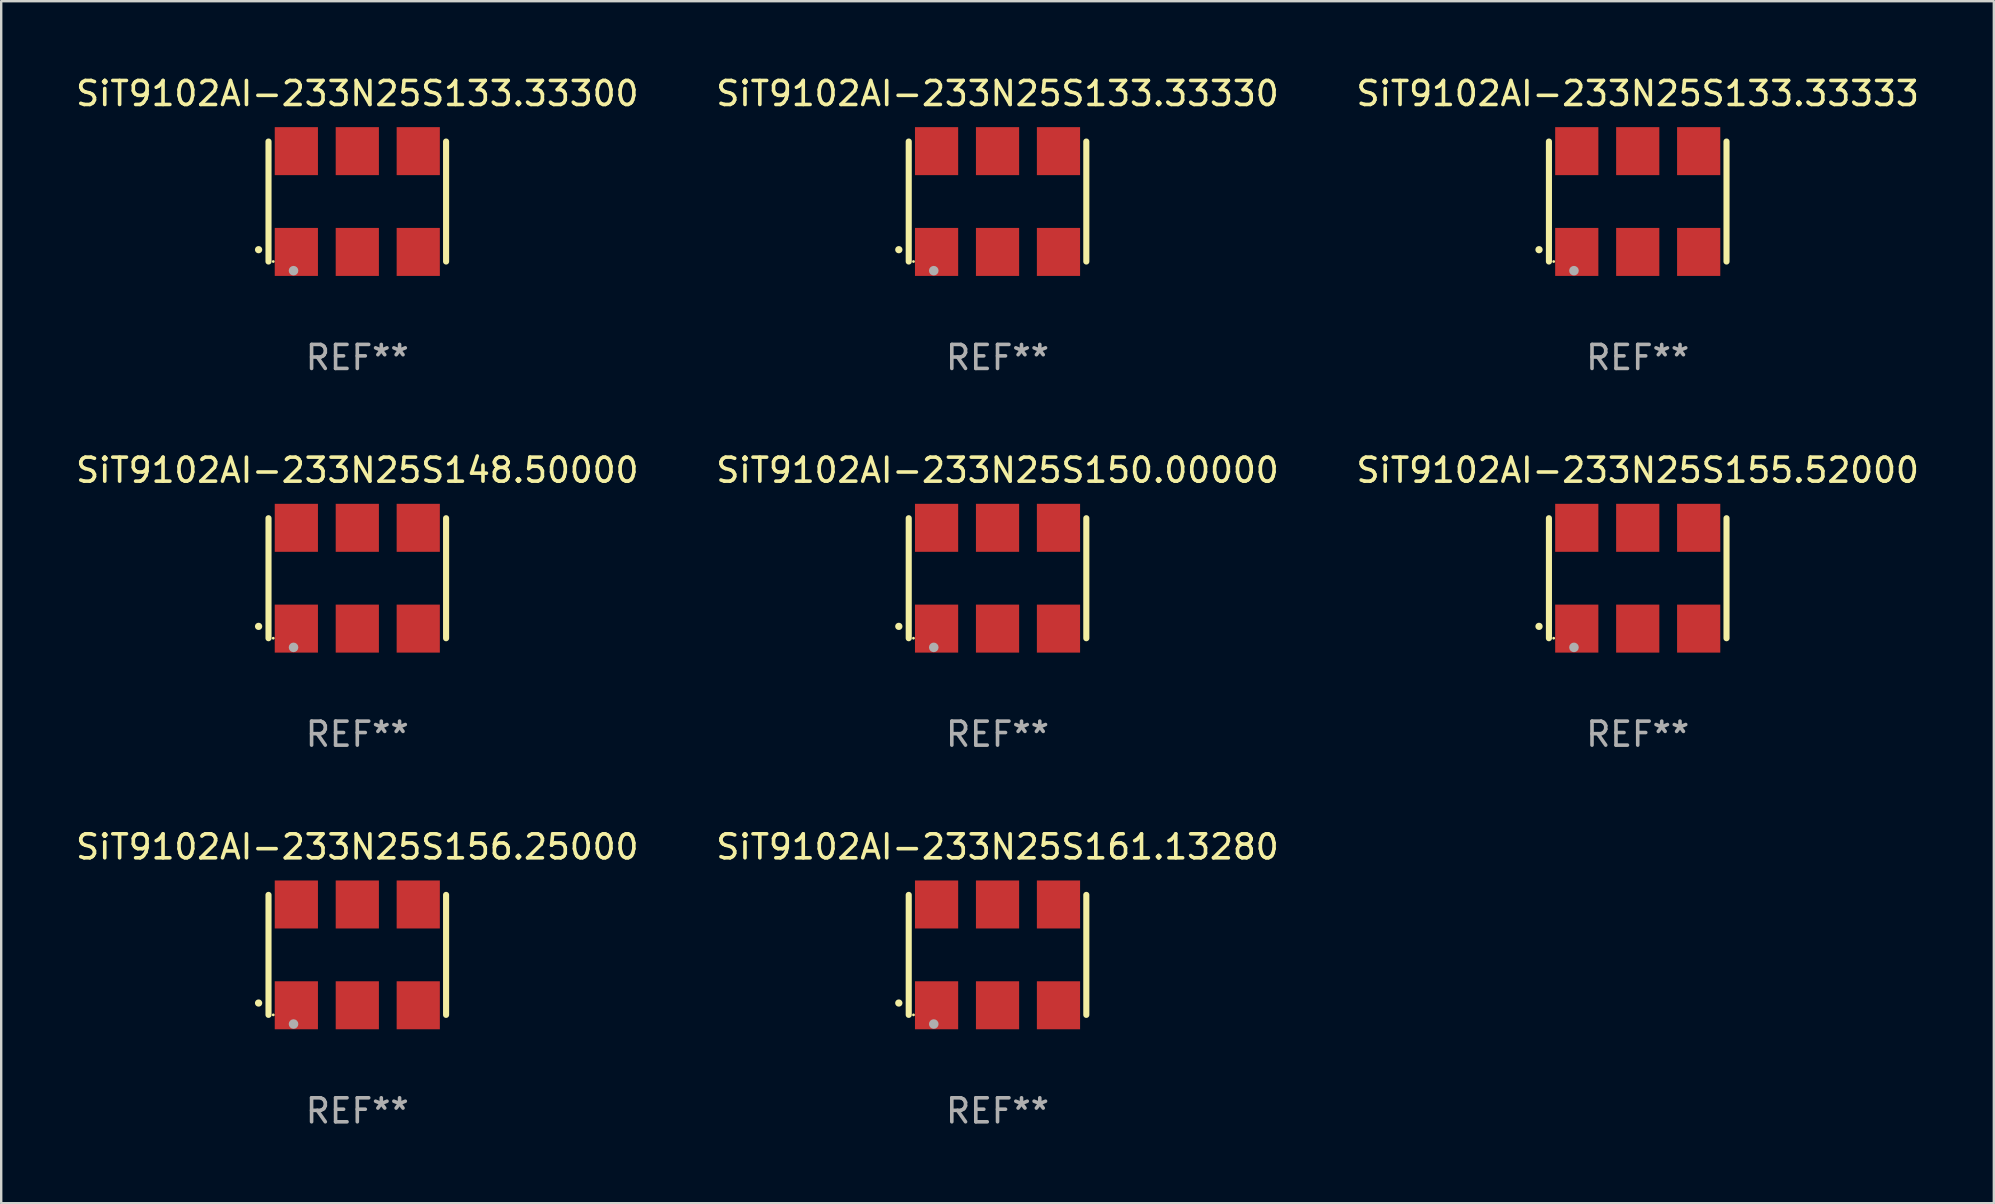
<source format=kicad_pcb>
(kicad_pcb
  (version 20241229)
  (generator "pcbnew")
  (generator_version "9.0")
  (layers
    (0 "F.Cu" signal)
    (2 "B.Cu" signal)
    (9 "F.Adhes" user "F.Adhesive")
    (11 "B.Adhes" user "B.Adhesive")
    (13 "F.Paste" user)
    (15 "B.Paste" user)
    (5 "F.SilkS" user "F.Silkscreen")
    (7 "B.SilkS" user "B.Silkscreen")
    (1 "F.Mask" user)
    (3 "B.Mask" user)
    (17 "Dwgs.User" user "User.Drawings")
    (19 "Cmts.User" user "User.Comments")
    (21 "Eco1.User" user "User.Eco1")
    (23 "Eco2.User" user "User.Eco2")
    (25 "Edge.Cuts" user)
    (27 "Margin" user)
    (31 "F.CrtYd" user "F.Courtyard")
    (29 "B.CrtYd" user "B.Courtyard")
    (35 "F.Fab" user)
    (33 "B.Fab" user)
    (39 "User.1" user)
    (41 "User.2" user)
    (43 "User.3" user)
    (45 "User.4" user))
  (footprint "SiT9102AI-233N25S161.13280"
    (layer "F.Cu")
    (at 38.518 36.741)
    (property "Reference" "SiT9102AI-233N25S161.13280" (at 0 -4.5 0) (layer "F.SilkS") (effects (font (size 1 1) (thickness 0.15))))
    (attr through_hole)
    (fp_line (start -3.7 -2.5) (end -3.7 2.5) (stroke (width 0.254) (type solid)) (layer "F.SilkS"))
    (fp_line (start 3.7 -2.5) (end 3.7 2.5) (stroke (width 0.254) (type solid)) (layer "F.SilkS"))
    (fp_arc (start -4.114415 2.006604) (mid -4.113145 2.006599) (end -4.111875 2.006604) (stroke (width 0.3) (type solid)) (layer "F.SilkS"))
    (fp_circle (center -3.502 2.5) (end -3.472 2.5) (stroke (width 0.06) (type solid)) (fill no) (layer "F.SilkS"))
    (fp_circle (center -2.657 2.882) (end -2.557 2.882) (stroke (width 0.2) (type solid)) (fill no) (layer "F.Fab"))
    (fp_text user "REF**" (at 0 6.5 0) (layer "F.Fab") (effects (font (size 1 1) (thickness 0.15))))
    (pad "1" smd rect (at -2.54 2.1) (size 1.8 2) (layers "F.Cu" "F.Mask" "F.Paste"))
    (pad "2" smd rect (at 0.000394 2.1) (size 1.8 2) (layers "F.Cu" "F.Mask" "F.Paste"))
    (pad "3" smd rect (at 2.54 2.1) (size 1.8 2) (layers "F.Cu" "F.Mask" "F.Paste"))
    (pad "4" smd rect (at 2.54 -2.1) (size 1.8 2) (layers "F.Cu" "F.Mask" "F.Paste"))
    (pad "5" smd rect (at 0.000394 -2.1) (size 1.8 2) (layers "F.Cu" "F.Mask" "F.Paste"))
    (pad "6" smd rect (at -2.54 -2.1) (size 1.8 2) (layers "F.Cu" "F.Mask" "F.Paste")))
  (footprint "SiT9102AI-233N25S156.25000"
    (layer "F.Cu")
    (at 11.839 36.741)
    (property "Reference" "SiT9102AI-233N25S156.25000" (at 0 -4.5 0) (layer "F.SilkS") (effects (font (size 1 1) (thickness 0.15))))
    (attr through_hole)
    (fp_line (start -3.7 -2.5) (end -3.7 2.5) (stroke (width 0.254) (type solid)) (layer "F.SilkS"))
    (fp_line (start 3.7 -2.5) (end 3.7 2.5) (stroke (width 0.254) (type solid)) (layer "F.SilkS"))
    (fp_arc (start -4.114415 2.006604) (mid -4.113145 2.006599) (end -4.111875 2.006604) (stroke (width 0.3) (type solid)) (layer "F.SilkS"))
    (fp_circle (center -3.502 2.5) (end -3.472 2.5) (stroke (width 0.06) (type solid)) (fill no) (layer "F.SilkS"))
    (fp_circle (center -2.657 2.882) (end -2.557 2.882) (stroke (width 0.2) (type solid)) (fill no) (layer "F.Fab"))
    (fp_text user "REF**" (at 0 6.5 0) (layer "F.Fab") (effects (font (size 1 1) (thickness 0.15))))
    (pad "1" smd rect (at -2.54 2.1) (size 1.8 2) (layers "F.Cu" "F.Mask" "F.Paste"))
    (pad "2" smd rect (at 0.000394 2.1) (size 1.8 2) (layers "F.Cu" "F.Mask" "F.Paste"))
    (pad "3" smd rect (at 2.54 2.1) (size 1.8 2) (layers "F.Cu" "F.Mask" "F.Paste"))
    (pad "4" smd rect (at 2.54 -2.1) (size 1.8 2) (layers "F.Cu" "F.Mask" "F.Paste"))
    (pad "5" smd rect (at 0.000394 -2.1) (size 1.8 2) (layers "F.Cu" "F.Mask" "F.Paste"))
    (pad "6" smd rect (at -2.54 -2.1) (size 1.8 2) (layers "F.Cu" "F.Mask" "F.Paste")))
  (footprint "SiT9102AI-233N25S133.33300"
    (layer "F.Cu")
    (at 11.839 5.348)
    (property "Reference" "SiT9102AI-233N25S133.33300" (at 0 -4.5 0) (layer "F.SilkS") (effects (font (size 1 1) (thickness 0.15))))
    (attr through_hole)
    (fp_line (start -3.7 -2.5) (end -3.7 2.5) (stroke (width 0.254) (type solid)) (layer "F.SilkS"))
    (fp_line (start 3.7 -2.5) (end 3.7 2.5) (stroke (width 0.254) (type solid)) (layer "F.SilkS"))
    (fp_arc (start -4.114415 2.006604) (mid -4.113145 2.006599) (end -4.111875 2.006604) (stroke (width 0.3) (type solid)) (layer "F.SilkS"))
    (fp_circle (center -3.502 2.5) (end -3.472 2.5) (stroke (width 0.06) (type solid)) (fill no) (layer "F.SilkS"))
    (fp_circle (center -2.657 2.882) (end -2.557 2.882) (stroke (width 0.2) (type solid)) (fill no) (layer "F.Fab"))
    (fp_text user "REF**" (at 0 6.5 0) (layer "F.Fab") (effects (font (size 1 1) (thickness 0.15))))
    (pad "1" smd rect (at -2.54 2.1) (size 1.8 2) (layers "F.Cu" "F.Mask" "F.Paste"))
    (pad "2" smd rect (at 0.000394 2.1) (size 1.8 2) (layers "F.Cu" "F.Mask" "F.Paste"))
    (pad "3" smd rect (at 2.54 2.1) (size 1.8 2) (layers "F.Cu" "F.Mask" "F.Paste"))
    (pad "4" smd rect (at 2.54 -2.1) (size 1.8 2) (layers "F.Cu" "F.Mask" "F.Paste"))
    (pad "5" smd rect (at 0.000394 -2.1) (size 1.8 2) (layers "F.Cu" "F.Mask" "F.Paste"))
    (pad "6" smd rect (at -2.54 -2.1) (size 1.8 2) (layers "F.Cu" "F.Mask" "F.Paste")))
  (footprint "SiT9102AI-233N25S133.33330"
    (layer "F.Cu")
    (at 38.518 5.348)
    (property "Reference" "SiT9102AI-233N25S133.33330" (at 0 -4.5 0) (layer "F.SilkS") (effects (font (size 1 1) (thickness 0.15))))
    (attr through_hole)
    (fp_line (start -3.7 -2.5) (end -3.7 2.5) (stroke (width 0.254) (type solid)) (layer "F.SilkS"))
    (fp_line (start 3.7 -2.5) (end 3.7 2.5) (stroke (width 0.254) (type solid)) (layer "F.SilkS"))
    (fp_arc (start -4.114415 2.006604) (mid -4.113145 2.006599) (end -4.111875 2.006604) (stroke (width 0.3) (type solid)) (layer "F.SilkS"))
    (fp_circle (center -3.502 2.5) (end -3.472 2.5) (stroke (width 0.06) (type solid)) (fill no) (layer "F.SilkS"))
    (fp_circle (center -2.657 2.882) (end -2.557 2.882) (stroke (width 0.2) (type solid)) (fill no) (layer "F.Fab"))
    (fp_text user "REF**" (at 0 6.5 0) (layer "F.Fab") (effects (font (size 1 1) (thickness 0.15))))
    (pad "1" smd rect (at -2.54 2.1) (size 1.8 2) (layers "F.Cu" "F.Mask" "F.Paste"))
    (pad "2" smd rect (at 0.000394 2.1) (size 1.8 2) (layers "F.Cu" "F.Mask" "F.Paste"))
    (pad "3" smd rect (at 2.54 2.1) (size 1.8 2) (layers "F.Cu" "F.Mask" "F.Paste"))
    (pad "4" smd rect (at 2.54 -2.1) (size 1.8 2) (layers "F.Cu" "F.Mask" "F.Paste"))
    (pad "5" smd rect (at 0.000394 -2.1) (size 1.8 2) (layers "F.Cu" "F.Mask" "F.Paste"))
    (pad "6" smd rect (at -2.54 -2.1) (size 1.8 2) (layers "F.Cu" "F.Mask" "F.Paste")))
  (footprint "SiT9102AI-233N25S150.00000"
    (layer "F.Cu")
    (at 38.518 21.045)
    (property "Reference" "SiT9102AI-233N25S150.00000" (at 0 -4.5 0) (layer "F.SilkS") (effects (font (size 1 1) (thickness 0.15))))
    (attr through_hole)
    (fp_line (start -3.7 -2.5) (end -3.7 2.5) (stroke (width 0.254) (type solid)) (layer "F.SilkS"))
    (fp_line (start 3.7 -2.5) (end 3.7 2.5) (stroke (width 0.254) (type solid)) (layer "F.SilkS"))
    (fp_arc (start -4.114415 2.006604) (mid -4.113145 2.006599) (end -4.111875 2.006604) (stroke (width 0.3) (type solid)) (layer "F.SilkS"))
    (fp_circle (center -3.502 2.5) (end -3.472 2.5) (stroke (width 0.06) (type solid)) (fill no) (layer "F.SilkS"))
    (fp_circle (center -2.657 2.882) (end -2.557 2.882) (stroke (width 0.2) (type solid)) (fill no) (layer "F.Fab"))
    (fp_text user "REF**" (at 0 6.5 0) (layer "F.Fab") (effects (font (size 1 1) (thickness 0.15))))
    (pad "1" smd rect (at -2.54 2.1) (size 1.8 2) (layers "F.Cu" "F.Mask" "F.Paste"))
    (pad "2" smd rect (at 0.000394 2.1) (size 1.8 2) (layers "F.Cu" "F.Mask" "F.Paste"))
    (pad "3" smd rect (at 2.54 2.1) (size 1.8 2) (layers "F.Cu" "F.Mask" "F.Paste"))
    (pad "4" smd rect (at 2.54 -2.1) (size 1.8 2) (layers "F.Cu" "F.Mask" "F.Paste"))
    (pad "5" smd rect (at 0.000394 -2.1) (size 1.8 2) (layers "F.Cu" "F.Mask" "F.Paste"))
    (pad "6" smd rect (at -2.54 -2.1) (size 1.8 2) (layers "F.Cu" "F.Mask" "F.Paste")))
  (footprint "SiT9102AI-233N25S155.52000"
    (layer "F.Cu")
    (at 65.196 21.045)
    (property "Reference" "SiT9102AI-233N25S155.52000" (at 0 -4.5 0) (layer "F.SilkS") (effects (font (size 1 1) (thickness 0.15))))
    (attr through_hole)
    (fp_line (start -3.7 -2.5) (end -3.7 2.5) (stroke (width 0.254) (type solid)) (layer "F.SilkS"))
    (fp_line (start 3.7 -2.5) (end 3.7 2.5) (stroke (width 0.254) (type solid)) (layer "F.SilkS"))
    (fp_arc (start -4.114415 2.006604) (mid -4.113145 2.006599) (end -4.111875 2.006604) (stroke (width 0.3) (type solid)) (layer "F.SilkS"))
    (fp_circle (center -3.502 2.5) (end -3.472 2.5) (stroke (width 0.06) (type solid)) (fill no) (layer "F.SilkS"))
    (fp_circle (center -2.657 2.882) (end -2.557 2.882) (stroke (width 0.2) (type solid)) (fill no) (layer "F.Fab"))
    (fp_text user "REF**" (at 0 6.5 0) (layer "F.Fab") (effects (font (size 1 1) (thickness 0.15))))
    (pad "1" smd rect (at -2.54 2.1) (size 1.8 2) (layers "F.Cu" "F.Mask" "F.Paste"))
    (pad "2" smd rect (at 0.000394 2.1) (size 1.8 2) (layers "F.Cu" "F.Mask" "F.Paste"))
    (pad "3" smd rect (at 2.54 2.1) (size 1.8 2) (layers "F.Cu" "F.Mask" "F.Paste"))
    (pad "4" smd rect (at 2.54 -2.1) (size 1.8 2) (layers "F.Cu" "F.Mask" "F.Paste"))
    (pad "5" smd rect (at 0.000394 -2.1) (size 1.8 2) (layers "F.Cu" "F.Mask" "F.Paste"))
    (pad "6" smd rect (at -2.54 -2.1) (size 1.8 2) (layers "F.Cu" "F.Mask" "F.Paste")))
  (footprint "SiT9102AI-233N25S148.50000"
    (layer "F.Cu")
    (at 11.839 21.045)
    (property "Reference" "SiT9102AI-233N25S148.50000" (at 0 -4.5 0) (layer "F.SilkS") (effects (font (size 1 1) (thickness 0.15))))
    (attr through_hole)
    (fp_line (start -3.7 -2.5) (end -3.7 2.5) (stroke (width 0.254) (type solid)) (layer "F.SilkS"))
    (fp_line (start 3.7 -2.5) (end 3.7 2.5) (stroke (width 0.254) (type solid)) (layer "F.SilkS"))
    (fp_arc (start -4.114415 2.006604) (mid -4.113145 2.006599) (end -4.111875 2.006604) (stroke (width 0.3) (type solid)) (layer "F.SilkS"))
    (fp_circle (center -3.502 2.5) (end -3.472 2.5) (stroke (width 0.06) (type solid)) (fill no) (layer "F.SilkS"))
    (fp_circle (center -2.657 2.882) (end -2.557 2.882) (stroke (width 0.2) (type solid)) (fill no) (layer "F.Fab"))
    (fp_text user "REF**" (at 0 6.5 0) (layer "F.Fab") (effects (font (size 1 1) (thickness 0.15))))
    (pad "1" smd rect (at -2.54 2.1) (size 1.8 2) (layers "F.Cu" "F.Mask" "F.Paste"))
    (pad "2" smd rect (at 0.000394 2.1) (size 1.8 2) (layers "F.Cu" "F.Mask" "F.Paste"))
    (pad "3" smd rect (at 2.54 2.1) (size 1.8 2) (layers "F.Cu" "F.Mask" "F.Paste"))
    (pad "4" smd rect (at 2.54 -2.1) (size 1.8 2) (layers "F.Cu" "F.Mask" "F.Paste"))
    (pad "5" smd rect (at 0.000394 -2.1) (size 1.8 2) (layers "F.Cu" "F.Mask" "F.Paste"))
    (pad "6" smd rect (at -2.54 -2.1) (size 1.8 2) (layers "F.Cu" "F.Mask" "F.Paste")))
  (footprint "SiT9102AI-233N25S133.33333"
    (layer "F.Cu")
    (at 65.196 5.348)
    (property "Reference" "SiT9102AI-233N25S133.33333" (at 0 -4.5 0) (layer "F.SilkS") (effects (font (size 1 1) (thickness 0.15))))
    (attr through_hole)
    (fp_line (start -3.7 -2.5) (end -3.7 2.5) (stroke (width 0.254) (type solid)) (layer "F.SilkS"))
    (fp_line (start 3.7 -2.5) (end 3.7 2.5) (stroke (width 0.254) (type solid)) (layer "F.SilkS"))
    (fp_arc (start -4.114415 2.006604) (mid -4.113145 2.006599) (end -4.111875 2.006604) (stroke (width 0.3) (type solid)) (layer "F.SilkS"))
    (fp_circle (center -3.502 2.5) (end -3.472 2.5) (stroke (width 0.06) (type solid)) (fill no) (layer "F.SilkS"))
    (fp_circle (center -2.657 2.882) (end -2.557 2.882) (stroke (width 0.2) (type solid)) (fill no) (layer "F.Fab"))
    (fp_text user "REF**" (at 0 6.5 0) (layer "F.Fab") (effects (font (size 1 1) (thickness 0.15))))
    (pad "1" smd rect (at -2.54 2.1) (size 1.8 2) (layers "F.Cu" "F.Mask" "F.Paste"))
    (pad "2" smd rect (at 0.000394 2.1) (size 1.8 2) (layers "F.Cu" "F.Mask" "F.Paste"))
    (pad "3" smd rect (at 2.54 2.1) (size 1.8 2) (layers "F.Cu" "F.Mask" "F.Paste"))
    (pad "4" smd rect (at 2.54 -2.1) (size 1.8 2) (layers "F.Cu" "F.Mask" "F.Paste"))
    (pad "5" smd rect (at 0.000394 -2.1) (size 1.8 2) (layers "F.Cu" "F.Mask" "F.Paste"))
    (pad "6" smd rect (at -2.54 -2.1) (size 1.8 2) (layers "F.Cu" "F.Mask" "F.Paste")))
  (gr_rect
    (start -3 -3)
    (end 80.036 47.09)
    (stroke (width 0.1) (type default))
    (fill no)
    (layer "Edge.Cuts")))
</source>
